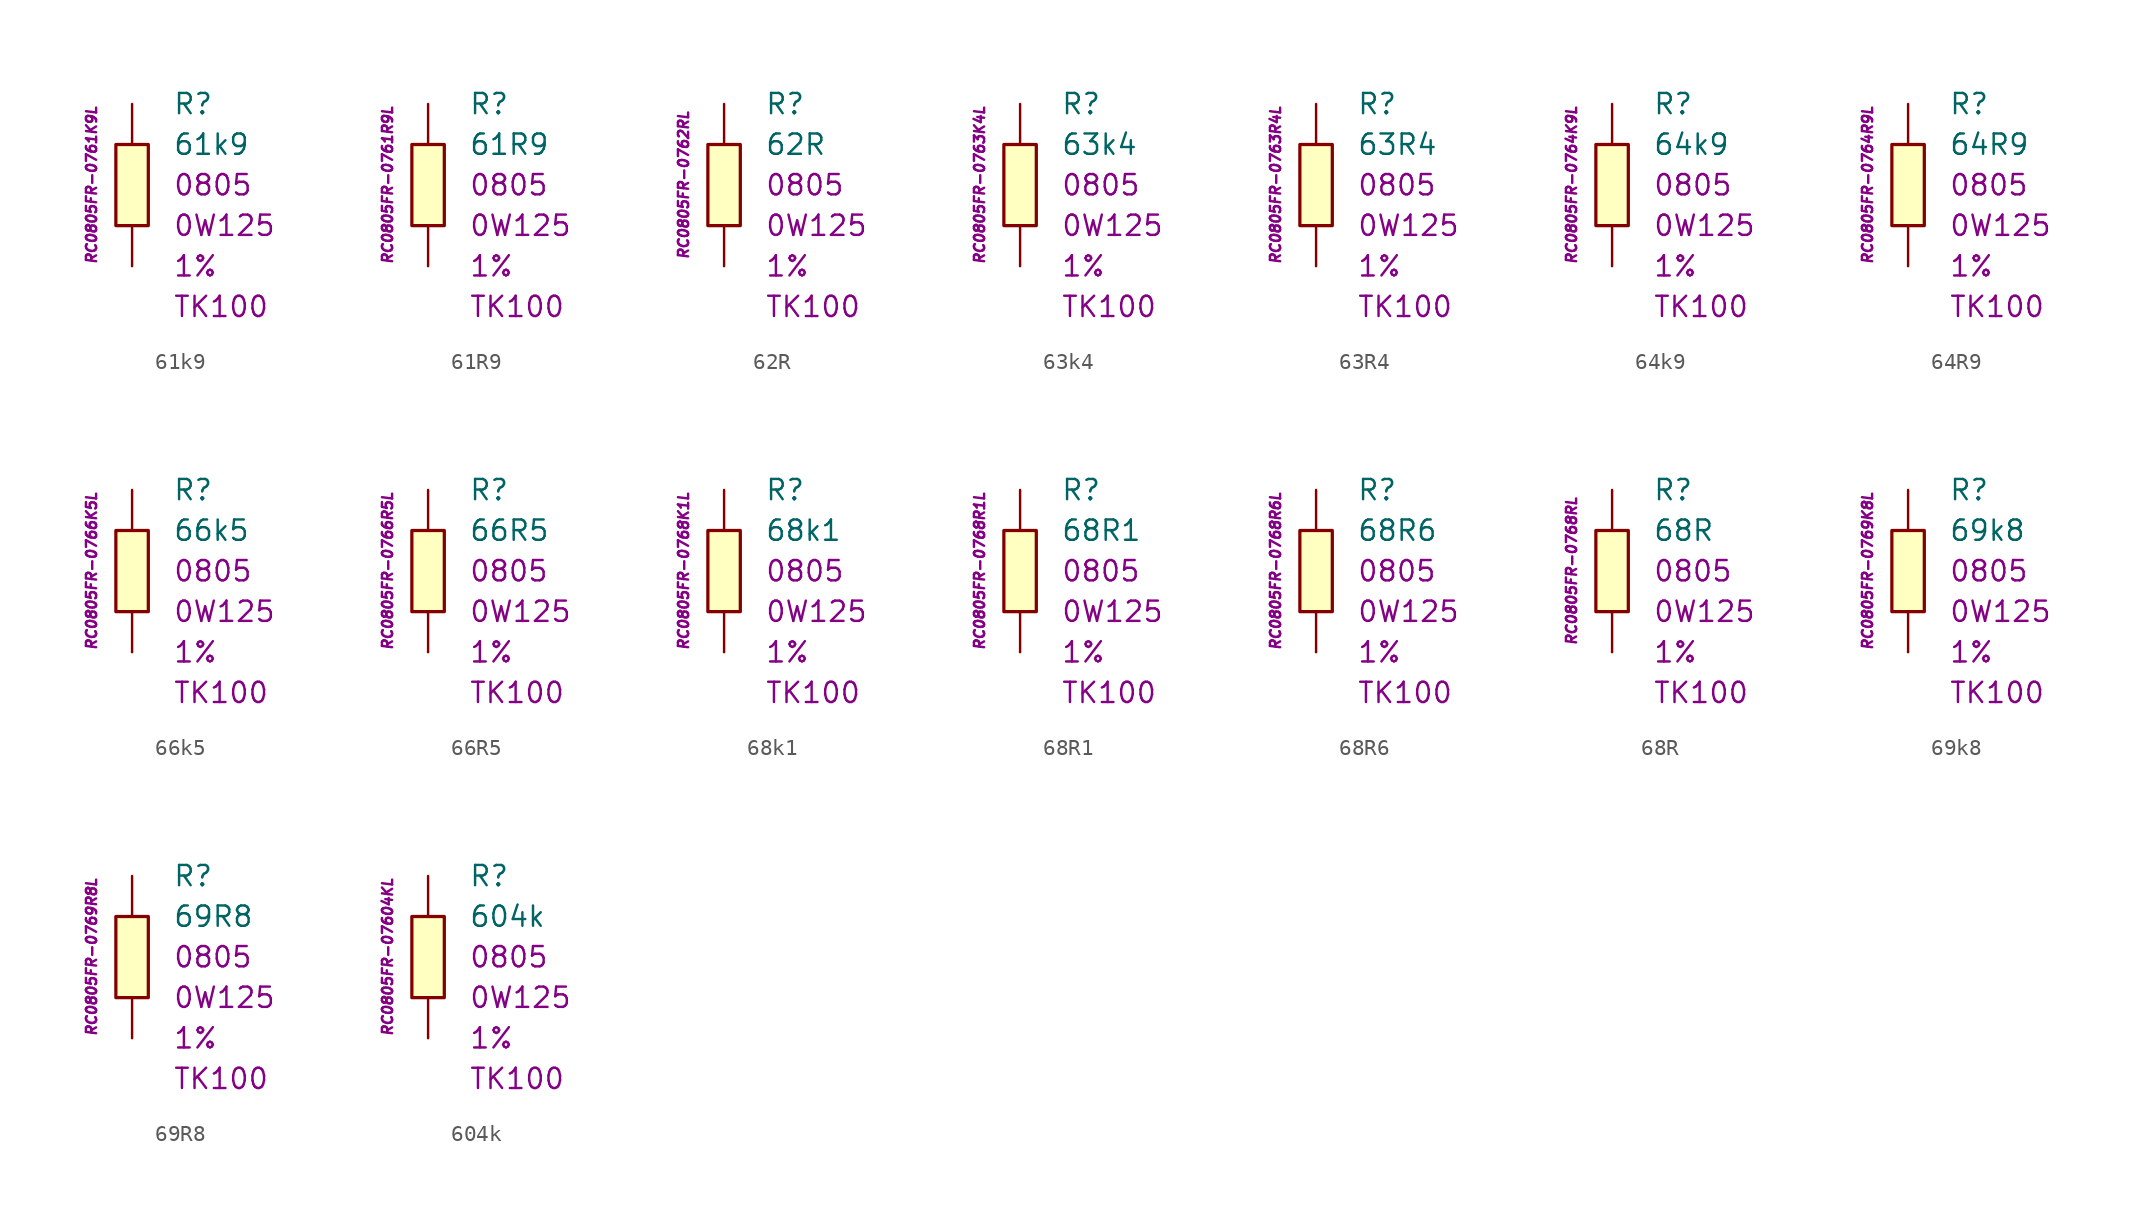
<source format=kicad_sym>
(kicad_symbol_lib
  (version 20201005)
  (generator kicad_symbol_editor)
  (symbol "61k9"
    (pin_numbers hide)
    (pin_names
      (offset 1.016) hide)
    (property "Reference" "R"
      (at 2.54 5.08 0)
      (effects (font (size 1.27 1.27)) (justify left)))
    (property "Value" "61k9"
      (at 2.54 2.54 0)
      (effects (font (size 1.27 1.27)) (justify left)))
    (property "Package" "0805"
      (at 2.54 0 0)
      (effects (font (size 1.27 1.27)) (justify left)))
    (property "Power" "0W125"
      (at 2.54 -2.54 0)
      (effects (font (size 1.27 1.27)) (justify left)))
    (property "Tolerance" "1%"
      (at 2.54 -5.08 0)
      (effects (font (size 1.27 1.27)) (justify left)))
    (property "TK" "TK100"
      (at 2.54 -7.62 0)
      (effects (font (size 1.27 1.27)) (justify left)))
    (property "ID" "RC0805FR-0761K9L"
      (at -2.54 0 90)
      (effects (font (size 0.635 0.635) italic)))
    (symbol "61k9_0_1"
      (rectangle (start -1.016 2.54) (end 1.016 -2.54) (stroke (width 0.203)) (fill (type background))))
    (symbol "61k9_1_1"
      (pin passive line (at 0 5.08 270) (length 2.54) (name "~" (effects (font (size 1.778 1.778)))) (number "1" (effects (font (size 1.778 1.778)))))
      (pin passive line (at 0 -5.08 90) (length 2.54) (name "~" (effects (font (size 1.778 1.778)))) (number "2" (effects (font (size 1.778 1.778)))))))
  (symbol "61R9"
    (pin_numbers hide)
    (pin_names
      (offset 1.016) hide)
    (property "Reference" "R"
      (at 2.54 5.08 0)
      (effects (font (size 1.27 1.27)) (justify left)))
    (property "Value" "61R9"
      (at 2.54 2.54 0)
      (effects (font (size 1.27 1.27)) (justify left)))
    (property "Package" "0805"
      (at 2.54 0 0)
      (effects (font (size 1.27 1.27)) (justify left)))
    (property "Power" "0W125"
      (at 2.54 -2.54 0)
      (effects (font (size 1.27 1.27)) (justify left)))
    (property "Tolerance" "1%"
      (at 2.54 -5.08 0)
      (effects (font (size 1.27 1.27)) (justify left)))
    (property "TK" "TK100"
      (at 2.54 -7.62 0)
      (effects (font (size 1.27 1.27)) (justify left)))
    (property "ID" "RC0805FR-0761R9L"
      (at -2.54 0 90)
      (effects (font (size 0.635 0.635) italic)))
    (symbol "61R9_0_1"
      (rectangle (start -1.016 2.54) (end 1.016 -2.54) (stroke (width 0.203)) (fill (type background))))
    (symbol "61R9_1_1"
      (pin passive line (at 0 5.08 270) (length 2.54) (name "~" (effects (font (size 1.778 1.778)))) (number "1" (effects (font (size 1.778 1.778)))))
      (pin passive line (at 0 -5.08 90) (length 2.54) (name "~" (effects (font (size 1.778 1.778)))) (number "2" (effects (font (size 1.778 1.778)))))))
  (symbol "62R"
    (pin_numbers hide)
    (pin_names
      (offset 1.016) hide)
    (property "Reference" "R"
      (at 2.54 5.08 0)
      (effects (font (size 1.27 1.27)) (justify left)))
    (property "Value" "62R"
      (at 2.54 2.54 0)
      (effects (font (size 1.27 1.27)) (justify left)))
    (property "Package" "0805"
      (at 2.54 0 0)
      (effects (font (size 1.27 1.27)) (justify left)))
    (property "Power" "0W125"
      (at 2.54 -2.54 0)
      (effects (font (size 1.27 1.27)) (justify left)))
    (property "Tolerance" "1%"
      (at 2.54 -5.08 0)
      (effects (font (size 1.27 1.27)) (justify left)))
    (property "TK" "TK100"
      (at 2.54 -7.62 0)
      (effects (font (size 1.27 1.27)) (justify left)))
    (property "ID" "RC0805FR-0762RL"
      (at -2.54 0 90)
      (effects (font (size 0.635 0.635) italic)))
    (symbol "62R_0_1"
      (rectangle (start -1.016 2.54) (end 1.016 -2.54) (stroke (width 0.203)) (fill (type background))))
    (symbol "62R_1_1"
      (pin passive line (at 0 5.08 270) (length 2.54) (name "~" (effects (font (size 1.778 1.778)))) (number "1" (effects (font (size 1.778 1.778)))))
      (pin passive line (at 0 -5.08 90) (length 2.54) (name "~" (effects (font (size 1.778 1.778)))) (number "2" (effects (font (size 1.778 1.778)))))))
  (symbol "63k4"
    (pin_numbers hide)
    (pin_names
      (offset 1.016) hide)
    (property "Reference" "R"
      (at 2.54 5.08 0)
      (effects (font (size 1.27 1.27)) (justify left)))
    (property "Value" "63k4"
      (at 2.54 2.54 0)
      (effects (font (size 1.27 1.27)) (justify left)))
    (property "Package" "0805"
      (at 2.54 0 0)
      (effects (font (size 1.27 1.27)) (justify left)))
    (property "Power" "0W125"
      (at 2.54 -2.54 0)
      (effects (font (size 1.27 1.27)) (justify left)))
    (property "Tolerance" "1%"
      (at 2.54 -5.08 0)
      (effects (font (size 1.27 1.27)) (justify left)))
    (property "TK" "TK100"
      (at 2.54 -7.62 0)
      (effects (font (size 1.27 1.27)) (justify left)))
    (property "ID" "RC0805FR-0763K4L"
      (at -2.54 0 90)
      (effects (font (size 0.635 0.635) italic)))
    (symbol "63k4_0_1"
      (rectangle (start -1.016 2.54) (end 1.016 -2.54) (stroke (width 0.203)) (fill (type background))))
    (symbol "63k4_1_1"
      (pin passive line (at 0 5.08 270) (length 2.54) (name "~" (effects (font (size 1.778 1.778)))) (number "1" (effects (font (size 1.778 1.778)))))
      (pin passive line (at 0 -5.08 90) (length 2.54) (name "~" (effects (font (size 1.778 1.778)))) (number "2" (effects (font (size 1.778 1.778)))))))
  (symbol "63R4"
    (pin_numbers hide)
    (pin_names
      (offset 1.016) hide)
    (property "Reference" "R"
      (at 2.54 5.08 0)
      (effects (font (size 1.27 1.27)) (justify left)))
    (property "Value" "63R4"
      (at 2.54 2.54 0)
      (effects (font (size 1.27 1.27)) (justify left)))
    (property "Package" "0805"
      (at 2.54 0 0)
      (effects (font (size 1.27 1.27)) (justify left)))
    (property "Power" "0W125"
      (at 2.54 -2.54 0)
      (effects (font (size 1.27 1.27)) (justify left)))
    (property "Tolerance" "1%"
      (at 2.54 -5.08 0)
      (effects (font (size 1.27 1.27)) (justify left)))
    (property "TK" "TK100"
      (at 2.54 -7.62 0)
      (effects (font (size 1.27 1.27)) (justify left)))
    (property "ID" "RC0805FR-0763R4L"
      (at -2.54 0 90)
      (effects (font (size 0.635 0.635) italic)))
    (symbol "63R4_0_1"
      (rectangle (start -1.016 2.54) (end 1.016 -2.54) (stroke (width 0.203)) (fill (type background))))
    (symbol "63R4_1_1"
      (pin passive line (at 0 5.08 270) (length 2.54) (name "~" (effects (font (size 1.778 1.778)))) (number "1" (effects (font (size 1.778 1.778)))))
      (pin passive line (at 0 -5.08 90) (length 2.54) (name "~" (effects (font (size 1.778 1.778)))) (number "2" (effects (font (size 1.778 1.778)))))))
  (symbol "64k9"
    (pin_numbers hide)
    (pin_names
      (offset 1.016) hide)
    (property "Reference" "R"
      (at 2.54 5.08 0)
      (effects (font (size 1.27 1.27)) (justify left)))
    (property "Value" "64k9"
      (at 2.54 2.54 0)
      (effects (font (size 1.27 1.27)) (justify left)))
    (property "Package" "0805"
      (at 2.54 0 0)
      (effects (font (size 1.27 1.27)) (justify left)))
    (property "Power" "0W125"
      (at 2.54 -2.54 0)
      (effects (font (size 1.27 1.27)) (justify left)))
    (property "Tolerance" "1%"
      (at 2.54 -5.08 0)
      (effects (font (size 1.27 1.27)) (justify left)))
    (property "TK" "TK100"
      (at 2.54 -7.62 0)
      (effects (font (size 1.27 1.27)) (justify left)))
    (property "ID" "RC0805FR-0764K9L"
      (at -2.54 0 90)
      (effects (font (size 0.635 0.635) italic)))
    (symbol "64k9_0_1"
      (rectangle (start -1.016 2.54) (end 1.016 -2.54) (stroke (width 0.203)) (fill (type background))))
    (symbol "64k9_1_1"
      (pin passive line (at 0 5.08 270) (length 2.54) (name "~" (effects (font (size 1.778 1.778)))) (number "1" (effects (font (size 1.778 1.778)))))
      (pin passive line (at 0 -5.08 90) (length 2.54) (name "~" (effects (font (size 1.778 1.778)))) (number "2" (effects (font (size 1.778 1.778)))))))
  (symbol "64R9"
    (pin_numbers hide)
    (pin_names
      (offset 1.016) hide)
    (property "Reference" "R"
      (at 2.54 5.08 0)
      (effects (font (size 1.27 1.27)) (justify left)))
    (property "Value" "64R9"
      (at 2.54 2.54 0)
      (effects (font (size 1.27 1.27)) (justify left)))
    (property "Package" "0805"
      (at 2.54 0 0)
      (effects (font (size 1.27 1.27)) (justify left)))
    (property "Power" "0W125"
      (at 2.54 -2.54 0)
      (effects (font (size 1.27 1.27)) (justify left)))
    (property "Tolerance" "1%"
      (at 2.54 -5.08 0)
      (effects (font (size 1.27 1.27)) (justify left)))
    (property "TK" "TK100"
      (at 2.54 -7.62 0)
      (effects (font (size 1.27 1.27)) (justify left)))
    (property "ID" "RC0805FR-0764R9L"
      (at -2.54 0 90)
      (effects (font (size 0.635 0.635) italic)))
    (symbol "64R9_0_1"
      (rectangle (start -1.016 2.54) (end 1.016 -2.54) (stroke (width 0.203)) (fill (type background))))
    (symbol "64R9_1_1"
      (pin passive line (at 0 5.08 270) (length 2.54) (name "~" (effects (font (size 1.778 1.778)))) (number "1" (effects (font (size 1.778 1.778)))))
      (pin passive line (at 0 -5.08 90) (length 2.54) (name "~" (effects (font (size 1.778 1.778)))) (number "2" (effects (font (size 1.778 1.778)))))))
  (symbol "66k5"
    (pin_numbers hide)
    (pin_names
      (offset 1.016) hide)
    (property "Reference" "R"
      (at 2.54 5.08 0)
      (effects (font (size 1.27 1.27)) (justify left)))
    (property "Value" "66k5"
      (at 2.54 2.54 0)
      (effects (font (size 1.27 1.27)) (justify left)))
    (property "Package" "0805"
      (at 2.54 0 0)
      (effects (font (size 1.27 1.27)) (justify left)))
    (property "Power" "0W125"
      (at 2.54 -2.54 0)
      (effects (font (size 1.27 1.27)) (justify left)))
    (property "Tolerance" "1%"
      (at 2.54 -5.08 0)
      (effects (font (size 1.27 1.27)) (justify left)))
    (property "TK" "TK100"
      (at 2.54 -7.62 0)
      (effects (font (size 1.27 1.27)) (justify left)))
    (property "ID" "RC0805FR-0766K5L"
      (at -2.54 0 90)
      (effects (font (size 0.635 0.635) italic)))
    (symbol "66k5_0_1"
      (rectangle (start -1.016 2.54) (end 1.016 -2.54) (stroke (width 0.203)) (fill (type background))))
    (symbol "66k5_1_1"
      (pin passive line (at 0 5.08 270) (length 2.54) (name "~" (effects (font (size 1.778 1.778)))) (number "1" (effects (font (size 1.778 1.778)))))
      (pin passive line (at 0 -5.08 90) (length 2.54) (name "~" (effects (font (size 1.778 1.778)))) (number "2" (effects (font (size 1.778 1.778)))))))
  (symbol "66R5"
    (pin_numbers hide)
    (pin_names
      (offset 1.016) hide)
    (property "Reference" "R"
      (at 2.54 5.08 0)
      (effects (font (size 1.27 1.27)) (justify left)))
    (property "Value" "66R5"
      (at 2.54 2.54 0)
      (effects (font (size 1.27 1.27)) (justify left)))
    (property "Package" "0805"
      (at 2.54 0 0)
      (effects (font (size 1.27 1.27)) (justify left)))
    (property "Power" "0W125"
      (at 2.54 -2.54 0)
      (effects (font (size 1.27 1.27)) (justify left)))
    (property "Tolerance" "1%"
      (at 2.54 -5.08 0)
      (effects (font (size 1.27 1.27)) (justify left)))
    (property "TK" "TK100"
      (at 2.54 -7.62 0)
      (effects (font (size 1.27 1.27)) (justify left)))
    (property "ID" "RC0805FR-0766R5L"
      (at -2.54 0 90)
      (effects (font (size 0.635 0.635) italic)))
    (symbol "66R5_0_1"
      (rectangle (start -1.016 2.54) (end 1.016 -2.54) (stroke (width 0.203)) (fill (type background))))
    (symbol "66R5_1_1"
      (pin passive line (at 0 5.08 270) (length 2.54) (name "~" (effects (font (size 1.778 1.778)))) (number "1" (effects (font (size 1.778 1.778)))))
      (pin passive line (at 0 -5.08 90) (length 2.54) (name "~" (effects (font (size 1.778 1.778)))) (number "2" (effects (font (size 1.778 1.778)))))))
  (symbol "68k1"
    (pin_numbers hide)
    (pin_names
      (offset 1.016) hide)
    (property "Reference" "R"
      (at 2.54 5.08 0)
      (effects (font (size 1.27 1.27)) (justify left)))
    (property "Value" "68k1"
      (at 2.54 2.54 0)
      (effects (font (size 1.27 1.27)) (justify left)))
    (property "Package" "0805"
      (at 2.54 0 0)
      (effects (font (size 1.27 1.27)) (justify left)))
    (property "Power" "0W125"
      (at 2.54 -2.54 0)
      (effects (font (size 1.27 1.27)) (justify left)))
    (property "Tolerance" "1%"
      (at 2.54 -5.08 0)
      (effects (font (size 1.27 1.27)) (justify left)))
    (property "TK" "TK100"
      (at 2.54 -7.62 0)
      (effects (font (size 1.27 1.27)) (justify left)))
    (property "ID" "RC0805FR-0768K1L"
      (at -2.54 0 90)
      (effects (font (size 0.635 0.635) italic)))
    (symbol "68k1_0_1"
      (rectangle (start -1.016 2.54) (end 1.016 -2.54) (stroke (width 0.203)) (fill (type background))))
    (symbol "68k1_1_1"
      (pin passive line (at 0 5.08 270) (length 2.54) (name "~" (effects (font (size 1.778 1.778)))) (number "1" (effects (font (size 1.778 1.778)))))
      (pin passive line (at 0 -5.08 90) (length 2.54) (name "~" (effects (font (size 1.778 1.778)))) (number "2" (effects (font (size 1.778 1.778)))))))
  (symbol "68R1"
    (pin_numbers hide)
    (pin_names
      (offset 1.016) hide)
    (property "Reference" "R"
      (at 2.54 5.08 0)
      (effects (font (size 1.27 1.27)) (justify left)))
    (property "Value" "68R1"
      (at 2.54 2.54 0)
      (effects (font (size 1.27 1.27)) (justify left)))
    (property "Package" "0805"
      (at 2.54 0 0)
      (effects (font (size 1.27 1.27)) (justify left)))
    (property "Power" "0W125"
      (at 2.54 -2.54 0)
      (effects (font (size 1.27 1.27)) (justify left)))
    (property "Tolerance" "1%"
      (at 2.54 -5.08 0)
      (effects (font (size 1.27 1.27)) (justify left)))
    (property "TK" "TK100"
      (at 2.54 -7.62 0)
      (effects (font (size 1.27 1.27)) (justify left)))
    (property "ID" "RC0805FR-0768R1L"
      (at -2.54 0 90)
      (effects (font (size 0.635 0.635) italic)))
    (symbol "68R1_0_1"
      (rectangle (start -1.016 2.54) (end 1.016 -2.54) (stroke (width 0.203)) (fill (type background))))
    (symbol "68R1_1_1"
      (pin passive line (at 0 5.08 270) (length 2.54) (name "~" (effects (font (size 1.778 1.778)))) (number "1" (effects (font (size 1.778 1.778)))))
      (pin passive line (at 0 -5.08 90) (length 2.54) (name "~" (effects (font (size 1.778 1.778)))) (number "2" (effects (font (size 1.778 1.778)))))))
  (symbol "68R6"
    (pin_numbers hide)
    (pin_names
      (offset 1.016) hide)
    (property "Reference" "R"
      (at 2.54 5.08 0)
      (effects (font (size 1.27 1.27)) (justify left)))
    (property "Value" "68R6"
      (at 2.54 2.54 0)
      (effects (font (size 1.27 1.27)) (justify left)))
    (property "Package" "0805"
      (at 2.54 0 0)
      (effects (font (size 1.27 1.27)) (justify left)))
    (property "Power" "0W125"
      (at 2.54 -2.54 0)
      (effects (font (size 1.27 1.27)) (justify left)))
    (property "Tolerance" "1%"
      (at 2.54 -5.08 0)
      (effects (font (size 1.27 1.27)) (justify left)))
    (property "TK" "TK100"
      (at 2.54 -7.62 0)
      (effects (font (size 1.27 1.27)) (justify left)))
    (property "ID" "RC0805FR-0768R6L"
      (at -2.54 0 90)
      (effects (font (size 0.635 0.635) italic)))
    (symbol "68R6_0_1"
      (rectangle (start -1.016 2.54) (end 1.016 -2.54) (stroke (width 0.203)) (fill (type background))))
    (symbol "68R6_1_1"
      (pin passive line (at 0 5.08 270) (length 2.54) (name "~" (effects (font (size 1.778 1.778)))) (number "1" (effects (font (size 1.778 1.778)))))
      (pin passive line (at 0 -5.08 90) (length 2.54) (name "~" (effects (font (size 1.778 1.778)))) (number "2" (effects (font (size 1.778 1.778)))))))
  (symbol "68R"
    (pin_numbers hide)
    (pin_names
      (offset 1.016) hide)
    (property "Reference" "R"
      (at 2.54 5.08 0)
      (effects (font (size 1.27 1.27)) (justify left)))
    (property "Value" "68R"
      (at 2.54 2.54 0)
      (effects (font (size 1.27 1.27)) (justify left)))
    (property "Package" "0805"
      (at 2.54 0 0)
      (effects (font (size 1.27 1.27)) (justify left)))
    (property "Power" "0W125"
      (at 2.54 -2.54 0)
      (effects (font (size 1.27 1.27)) (justify left)))
    (property "Tolerance" "1%"
      (at 2.54 -5.08 0)
      (effects (font (size 1.27 1.27)) (justify left)))
    (property "TK" "TK100"
      (at 2.54 -7.62 0)
      (effects (font (size 1.27 1.27)) (justify left)))
    (property "ID" "RC0805FR-0768RL"
      (at -2.54 0 90)
      (effects (font (size 0.635 0.635) italic)))
    (symbol "68R_0_1"
      (rectangle (start -1.016 2.54) (end 1.016 -2.54) (stroke (width 0.203)) (fill (type background))))
    (symbol "68R_1_1"
      (pin passive line (at 0 5.08 270) (length 2.54) (name "~" (effects (font (size 1.778 1.778)))) (number "1" (effects (font (size 1.778 1.778)))))
      (pin passive line (at 0 -5.08 90) (length 2.54) (name "~" (effects (font (size 1.778 1.778)))) (number "2" (effects (font (size 1.778 1.778)))))))
  (symbol "69k8"
    (pin_numbers hide)
    (pin_names
      (offset 1.016) hide)
    (property "Reference" "R"
      (at 2.54 5.08 0)
      (effects (font (size 1.27 1.27)) (justify left)))
    (property "Value" "69k8"
      (at 2.54 2.54 0)
      (effects (font (size 1.27 1.27)) (justify left)))
    (property "Package" "0805"
      (at 2.54 0 0)
      (effects (font (size 1.27 1.27)) (justify left)))
    (property "Power" "0W125"
      (at 2.54 -2.54 0)
      (effects (font (size 1.27 1.27)) (justify left)))
    (property "Tolerance" "1%"
      (at 2.54 -5.08 0)
      (effects (font (size 1.27 1.27)) (justify left)))
    (property "TK" "TK100"
      (at 2.54 -7.62 0)
      (effects (font (size 1.27 1.27)) (justify left)))
    (property "ID" "RC0805FR-0769K8L"
      (at -2.54 0 90)
      (effects (font (size 0.635 0.635) italic)))
    (symbol "69k8_0_1"
      (rectangle (start -1.016 2.54) (end 1.016 -2.54) (stroke (width 0.203)) (fill (type background))))
    (symbol "69k8_1_1"
      (pin passive line (at 0 5.08 270) (length 2.54) (name "~" (effects (font (size 1.778 1.778)))) (number "1" (effects (font (size 1.778 1.778)))))
      (pin passive line (at 0 -5.08 90) (length 2.54) (name "~" (effects (font (size 1.778 1.778)))) (number "2" (effects (font (size 1.778 1.778)))))))
  (symbol "69R8"
    (pin_numbers hide)
    (pin_names
      (offset 1.016) hide)
    (property "Reference" "R"
      (at 2.54 5.08 0)
      (effects (font (size 1.27 1.27)) (justify left)))
    (property "Value" "69R8"
      (at 2.54 2.54 0)
      (effects (font (size 1.27 1.27)) (justify left)))
    (property "Package" "0805"
      (at 2.54 0 0)
      (effects (font (size 1.27 1.27)) (justify left)))
    (property "Power" "0W125"
      (at 2.54 -2.54 0)
      (effects (font (size 1.27 1.27)) (justify left)))
    (property "Tolerance" "1%"
      (at 2.54 -5.08 0)
      (effects (font (size 1.27 1.27)) (justify left)))
    (property "TK" "TK100"
      (at 2.54 -7.62 0)
      (effects (font (size 1.27 1.27)) (justify left)))
    (property "ID" "RC0805FR-0769R8L"
      (at -2.54 0 90)
      (effects (font (size 0.635 0.635) italic)))
    (symbol "69R8_0_1"
      (rectangle (start -1.016 2.54) (end 1.016 -2.54) (stroke (width 0.203)) (fill (type background))))
    (symbol "69R8_1_1"
      (pin passive line (at 0 5.08 270) (length 2.54) (name "~" (effects (font (size 1.778 1.778)))) (number "1" (effects (font (size 1.778 1.778)))))
      (pin passive line (at 0 -5.08 90) (length 2.54) (name "~" (effects (font (size 1.778 1.778)))) (number "2" (effects (font (size 1.778 1.778)))))))
  (symbol "604k"
    (pin_numbers hide)
    (pin_names
      (offset 1.016) hide)
    (property "Reference" "R"
      (at 2.54 5.08 0)
      (effects (font (size 1.27 1.27)) (justify left)))
    (property "Value" "604k"
      (at 2.54 2.54 0)
      (effects (font (size 1.27 1.27)) (justify left)))
    (property "Package" "0805"
      (at 2.54 0 0)
      (effects (font (size 1.27 1.27)) (justify left)))
    (property "Power" "0W125"
      (at 2.54 -2.54 0)
      (effects (font (size 1.27 1.27)) (justify left)))
    (property "Tolerance" "1%"
      (at 2.54 -5.08 0)
      (effects (font (size 1.27 1.27)) (justify left)))
    (property "TK" "TK100"
      (at 2.54 -7.62 0)
      (effects (font (size 1.27 1.27)) (justify left)))
    (property "ID" "RC0805FR-07604KL"
      (at -2.54 0 90)
      (effects (font (size 0.635 0.635) italic)))
    (symbol "604k_0_1"
      (rectangle (start -1.016 2.54) (end 1.016 -2.54) (stroke (width 0.203)) (fill (type background))))
    (symbol "604k_1_1"
      (pin passive line (at 0 5.08 270) (length 2.54) (name "~" (effects (font (size 1.778 1.778)))) (number "1" (effects (font (size 1.778 1.778)))))
      (pin passive line (at 0 -5.08 90) (length 2.54) (name "~" (effects (font (size 1.778 1.778)))) (number "2" (effects (font (size 1.778 1.778))))))))
</source>
